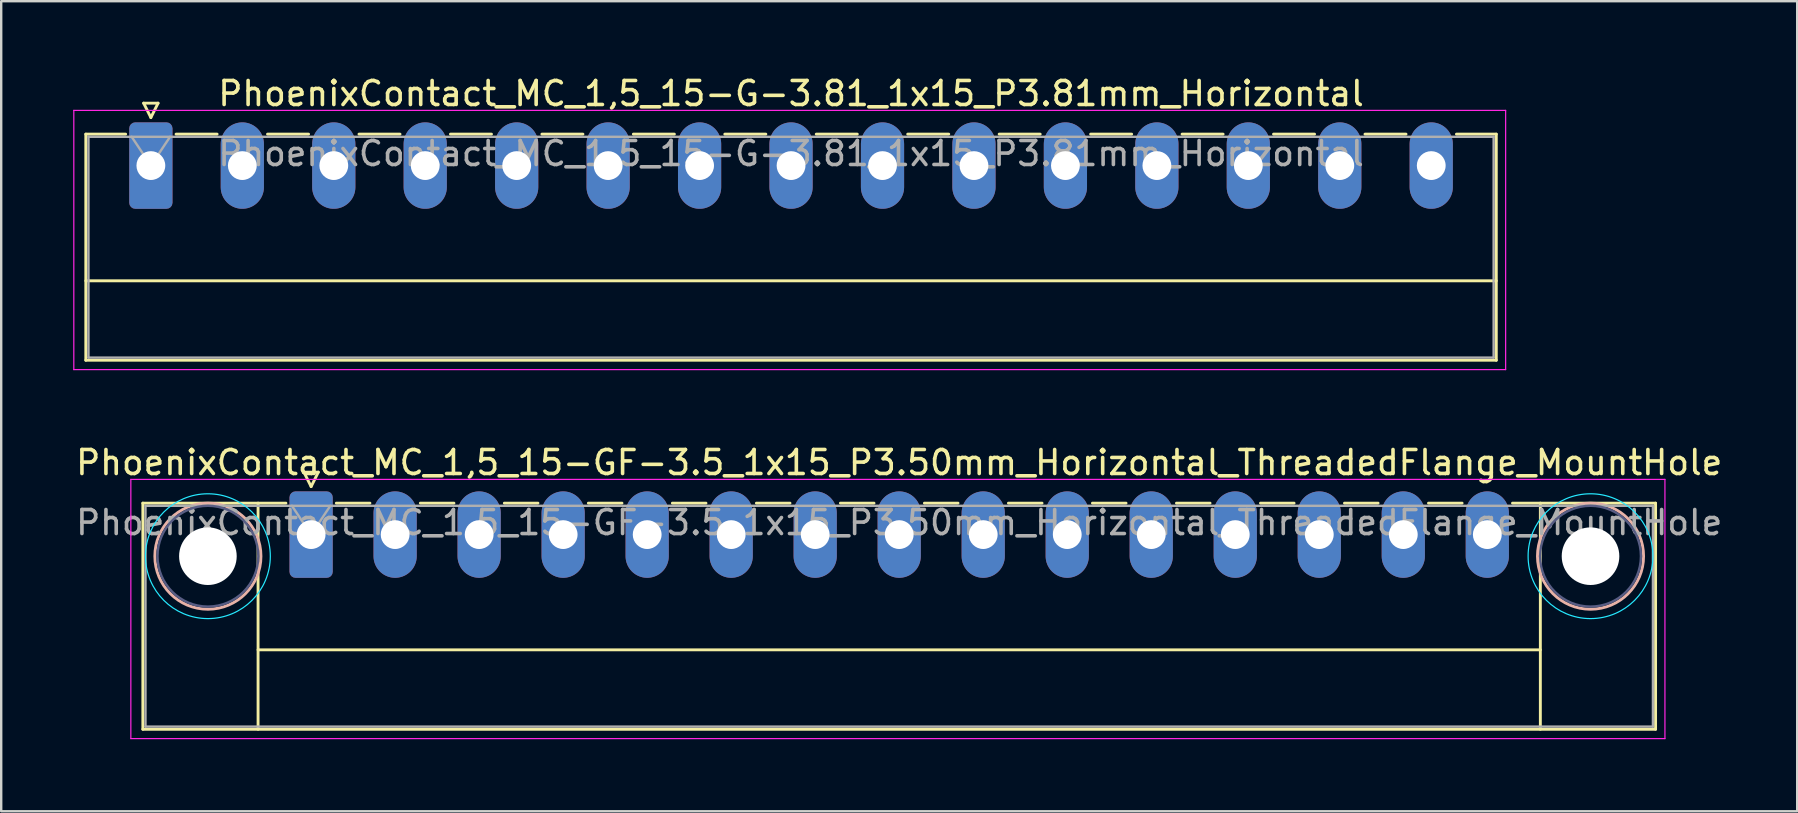
<source format=kicad_pcb>
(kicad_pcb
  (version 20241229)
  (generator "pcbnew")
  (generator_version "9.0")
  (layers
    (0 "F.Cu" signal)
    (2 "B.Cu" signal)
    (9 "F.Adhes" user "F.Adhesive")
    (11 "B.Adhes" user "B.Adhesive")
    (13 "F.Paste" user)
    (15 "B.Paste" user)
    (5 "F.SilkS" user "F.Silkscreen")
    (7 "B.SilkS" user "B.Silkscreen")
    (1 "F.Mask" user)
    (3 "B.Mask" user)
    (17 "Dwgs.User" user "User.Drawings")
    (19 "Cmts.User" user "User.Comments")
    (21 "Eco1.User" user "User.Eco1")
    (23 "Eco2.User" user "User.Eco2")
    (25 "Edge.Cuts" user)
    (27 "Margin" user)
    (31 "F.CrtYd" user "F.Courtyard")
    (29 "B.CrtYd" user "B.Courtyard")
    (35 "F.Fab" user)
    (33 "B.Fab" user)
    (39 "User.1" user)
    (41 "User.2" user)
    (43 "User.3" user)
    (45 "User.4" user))
  (footprint "PhoenixContact_MC_1,5_15-GF-3.5_1x15_P3.50mm_Horizontal_ThreadedFlange_MountHole"
    (layer "F.Cu")
    (at 9.911 19.221)
    (property "Reference" "PhoenixContact_MC_1,5_15-GF-3.5_1x15_P3.50mm_Horizontal_ThreadedFlange_MountHole" (at 24.5 -3 0) (layer "F.SilkS") (effects (font (size 1 1) (thickness 0.15))))
    (attr through_hole)
    (fp_line (start -7.01 -1.31) (end -7.01 8.11) (stroke (width 0.12) (type solid)) (layer "F.SilkS"))
    (fp_line (start -7.01 -1.31) (end -1.05 -1.31) (stroke (width 0.12) (type solid)) (layer "F.SilkS"))
    (fp_line (start -7.01 8.11) (end 56.01 8.11) (stroke (width 0.12) (type solid)) (layer "F.SilkS"))
    (fp_line (start -2.21 -1.31) (end -2.21 8.11) (stroke (width 0.12) (type solid)) (layer "F.SilkS"))
    (fp_line (start -2.21 4.8) (end 51.21 4.8) (stroke (width 0.12) (type solid)) (layer "F.SilkS"))
    (fp_line (start -0.3 -2.6) (end 0.3 -2.6) (stroke (width 0.12) (type solid)) (layer "F.SilkS"))
    (fp_line (start 0 -2) (end -0.3 -2.6) (stroke (width 0.12) (type solid)) (layer "F.SilkS"))
    (fp_line (start 0.3 -2.6) (end 0 -2) (stroke (width 0.12) (type solid)) (layer "F.SilkS"))
    (fp_line (start 1.05 -1.31) (end 2.45 -1.31) (stroke (width 0.12) (type solid)) (layer "F.SilkS"))
    (fp_line (start 4.55 -1.31) (end 5.95 -1.31) (stroke (width 0.12) (type solid)) (layer "F.SilkS"))
    (fp_line (start 8.05 -1.31) (end 9.45 -1.31) (stroke (width 0.12) (type solid)) (layer "F.SilkS"))
    (fp_line (start 11.55 -1.31) (end 12.95 -1.31) (stroke (width 0.12) (type solid)) (layer "F.SilkS"))
    (fp_line (start 15.05 -1.31) (end 16.45 -1.31) (stroke (width 0.12) (type solid)) (layer "F.SilkS"))
    (fp_line (start 18.55 -1.31) (end 19.95 -1.31) (stroke (width 0.12) (type solid)) (layer "F.SilkS"))
    (fp_line (start 22.05 -1.31) (end 23.45 -1.31) (stroke (width 0.12) (type solid)) (layer "F.SilkS"))
    (fp_line (start 25.55 -1.31) (end 26.95 -1.31) (stroke (width 0.12) (type solid)) (layer "F.SilkS"))
    (fp_line (start 29.05 -1.31) (end 30.45 -1.31) (stroke (width 0.12) (type solid)) (layer "F.SilkS"))
    (fp_line (start 32.55 -1.31) (end 33.95 -1.31) (stroke (width 0.12) (type solid)) (layer "F.SilkS"))
    (fp_line (start 36.05 -1.31) (end 37.45 -1.31) (stroke (width 0.12) (type solid)) (layer "F.SilkS"))
    (fp_line (start 39.55 -1.31) (end 40.95 -1.31) (stroke (width 0.12) (type solid)) (layer "F.SilkS"))
    (fp_line (start 43.05 -1.31) (end 44.45 -1.31) (stroke (width 0.12) (type solid)) (layer "F.SilkS"))
    (fp_line (start 46.55 -1.31) (end 47.95 -1.31) (stroke (width 0.12) (type solid)) (layer "F.SilkS"))
    (fp_line (start 51.21 -1.31) (end 51.21 8.11) (stroke (width 0.12) (type solid)) (layer "F.SilkS"))
    (fp_line (start 56.01 -1.31) (end 50.05 -1.31) (stroke (width 0.12) (type solid)) (layer "F.SilkS"))
    (fp_line (start 56.01 8.11) (end 56.01 -1.31) (stroke (width 0.12) (type solid)) (layer "F.SilkS"))
    (fp_circle (center -4.3 0.9) (end -2.09 0.9) (stroke (width 0.12) (type solid)) (fill no) (layer "B.SilkS"))
    (fp_circle (center 53.3 0.9) (end 55.51 0.9) (stroke (width 0.12) (type solid)) (fill no) (layer "B.SilkS"))
    (fp_circle (center -4.3 0.9) (end -1.7 0.9) (stroke (width 0.05) (type solid)) (fill no) (layer "B.CrtYd"))
    (fp_circle (center 53.3 0.9) (end 55.9 0.9) (stroke (width 0.05) (type solid)) (fill no) (layer "B.CrtYd"))
    (fp_line (start -7.51 -2.3) (end -7.51 8.5) (stroke (width 0.05) (type solid)) (layer "F.CrtYd"))
    (fp_line (start -7.51 8.5) (end 56.4 8.5) (stroke (width 0.05) (type solid)) (layer "F.CrtYd"))
    (fp_line (start 56.4 -2.3) (end -7.51 -2.3) (stroke (width 0.05) (type solid)) (layer "F.CrtYd"))
    (fp_line (start 56.4 8.5) (end 56.4 -2.3) (stroke (width 0.05) (type solid)) (layer "F.CrtYd"))
    (fp_circle (center -4.3 0.9) (end -2.2 0.9) (stroke (width 0.1) (type solid)) (fill no) (layer "B.Fab"))
    (fp_circle (center 53.3 0.9) (end 55.4 0.9) (stroke (width 0.1) (type solid)) (fill no) (layer "B.Fab"))
    (fp_line (start -6.9 -1.2) (end -6.9 8) (stroke (width 0.1) (type solid)) (layer "F.Fab"))
    (fp_line (start -6.9 8) (end 55.9 8) (stroke (width 0.1) (type solid)) (layer "F.Fab"))
    (fp_line (start 0 0) (end -0.8 -1.2) (stroke (width 0.1) (type solid)) (layer "F.Fab"))
    (fp_line (start 0.8 -1.2) (end 0 0) (stroke (width 0.1) (type solid)) (layer "F.Fab"))
    (fp_line (start 55.9 -1.2) (end -6.9 -1.2) (stroke (width 0.1) (type solid)) (layer "F.Fab"))
    (fp_line (start 55.9 8) (end 55.9 -1.2) (stroke (width 0.1) (type solid)) (layer "F.Fab"))
    (fp_text user "${REFERENCE}" (at 24.5 -0.5 0) (layer "F.Fab") (effects (font (size 1 1) (thickness 0.15))))
    (pad "" np_thru_hole circle (at -4.3 0.9) (size 2.4 2.4) (drill 2.4) (layers "*.Cu" "*.Mask"))
    (pad "" np_thru_hole circle (at 53.3 0.9) (size 2.4 2.4) (drill 2.4) (layers "*.Cu" "*.Mask"))
    (pad "1" thru_hole roundrect (at 0 0) (size 1.8 3.6) (drill 1.2) (layers "*.Cu" "*.Mask") (roundrect_rratio 0.139))
    (pad "2" thru_hole oval (at 3.5 0) (size 1.8 3.6) (drill 1.2) (layers "*.Cu" "*.Mask"))
    (pad "3" thru_hole oval (at 7 0) (size 1.8 3.6) (drill 1.2) (layers "*.Cu" "*.Mask"))
    (pad "4" thru_hole oval (at 10.5 0) (size 1.8 3.6) (drill 1.2) (layers "*.Cu" "*.Mask"))
    (pad "5" thru_hole oval (at 14 0) (size 1.8 3.6) (drill 1.2) (layers "*.Cu" "*.Mask"))
    (pad "6" thru_hole oval (at 17.5 0) (size 1.8 3.6) (drill 1.2) (layers "*.Cu" "*.Mask"))
    (pad "7" thru_hole oval (at 21 0) (size 1.8 3.6) (drill 1.2) (layers "*.Cu" "*.Mask"))
    (pad "8" thru_hole oval (at 24.5 0) (size 1.8 3.6) (drill 1.2) (layers "*.Cu" "*.Mask"))
    (pad "9" thru_hole oval (at 28 0) (size 1.8 3.6) (drill 1.2) (layers "*.Cu" "*.Mask"))
    (pad "10" thru_hole oval (at 31.5 0) (size 1.8 3.6) (drill 1.2) (layers "*.Cu" "*.Mask"))
    (pad "11" thru_hole oval (at 35 0) (size 1.8 3.6) (drill 1.2) (layers "*.Cu" "*.Mask"))
    (pad "12" thru_hole oval (at 38.5 0) (size 1.8 3.6) (drill 1.2) (layers "*.Cu" "*.Mask"))
    (pad "13" thru_hole oval (at 42 0) (size 1.8 3.6) (drill 1.2) (layers "*.Cu" "*.Mask"))
    (pad "14" thru_hole oval (at 45.5 0) (size 1.8 3.6) (drill 1.2) (layers "*.Cu" "*.Mask"))
    (pad "15" thru_hole oval (at 49 0) (size 1.8 3.6) (drill 1.2) (layers "*.Cu" "*.Mask")))
  (footprint "PhoenixContact_MC_1,5_15-G-3.81_1x15_P3.81mm_Horizontal"
    (layer "F.Cu")
    (at 3.235 3.848)
    (property "Reference" "PhoenixContact_MC_1,5_15-G-3.81_1x15_P3.81mm_Horizontal" (at 26.67 -3 0) (layer "F.SilkS") (effects (font (size 1 1) (thickness 0.15))))
    (attr through_hole)
    (fp_line (start -2.71 -1.31) (end -2.71 8.11) (stroke (width 0.12) (type solid)) (layer "F.SilkS"))
    (fp_line (start -2.71 -1.31) (end -1.05 -1.31) (stroke (width 0.12) (type solid)) (layer "F.SilkS"))
    (fp_line (start -2.71 4.8) (end 56.05 4.8) (stroke (width 0.12) (type solid)) (layer "F.SilkS"))
    (fp_line (start -2.71 8.11) (end 56.05 8.11) (stroke (width 0.12) (type solid)) (layer "F.SilkS"))
    (fp_line (start -0.3 -2.6) (end 0.3 -2.6) (stroke (width 0.12) (type solid)) (layer "F.SilkS"))
    (fp_line (start 0 -2) (end -0.3 -2.6) (stroke (width 0.12) (type solid)) (layer "F.SilkS"))
    (fp_line (start 0.3 -2.6) (end 0 -2) (stroke (width 0.12) (type solid)) (layer "F.SilkS"))
    (fp_line (start 1.05 -1.31) (end 2.76 -1.31) (stroke (width 0.12) (type solid)) (layer "F.SilkS"))
    (fp_line (start 4.86 -1.31) (end 6.57 -1.31) (stroke (width 0.12) (type solid)) (layer "F.SilkS"))
    (fp_line (start 8.67 -1.31) (end 10.38 -1.31) (stroke (width 0.12) (type solid)) (layer "F.SilkS"))
    (fp_line (start 12.48 -1.31) (end 14.19 -1.31) (stroke (width 0.12) (type solid)) (layer "F.SilkS"))
    (fp_line (start 16.29 -1.31) (end 18 -1.31) (stroke (width 0.12) (type solid)) (layer "F.SilkS"))
    (fp_line (start 20.1 -1.31) (end 21.81 -1.31) (stroke (width 0.12) (type solid)) (layer "F.SilkS"))
    (fp_line (start 23.91 -1.31) (end 25.62 -1.31) (stroke (width 0.12) (type solid)) (layer "F.SilkS"))
    (fp_line (start 27.72 -1.31) (end 29.43 -1.31) (stroke (width 0.12) (type solid)) (layer "F.SilkS"))
    (fp_line (start 31.53 -1.31) (end 33.24 -1.31) (stroke (width 0.12) (type solid)) (layer "F.SilkS"))
    (fp_line (start 35.34 -1.31) (end 37.05 -1.31) (stroke (width 0.12) (type solid)) (layer "F.SilkS"))
    (fp_line (start 39.15 -1.31) (end 40.86 -1.31) (stroke (width 0.12) (type solid)) (layer "F.SilkS"))
    (fp_line (start 42.96 -1.31) (end 44.67 -1.31) (stroke (width 0.12) (type solid)) (layer "F.SilkS"))
    (fp_line (start 46.77 -1.31) (end 48.48 -1.31) (stroke (width 0.12) (type solid)) (layer "F.SilkS"))
    (fp_line (start 50.58 -1.31) (end 52.29 -1.31) (stroke (width 0.12) (type solid)) (layer "F.SilkS"))
    (fp_line (start 56.05 -1.31) (end 54.39 -1.31) (stroke (width 0.12) (type solid)) (layer "F.SilkS"))
    (fp_line (start 56.05 8.11) (end 56.05 -1.31) (stroke (width 0.12) (type solid)) (layer "F.SilkS"))
    (fp_line (start -3.21 -2.3) (end -3.21 8.5) (stroke (width 0.05) (type solid)) (layer "F.CrtYd"))
    (fp_line (start -3.21 8.5) (end 56.44 8.5) (stroke (width 0.05) (type solid)) (layer "F.CrtYd"))
    (fp_line (start 56.44 -2.3) (end -3.21 -2.3) (stroke (width 0.05) (type solid)) (layer "F.CrtYd"))
    (fp_line (start 56.44 8.5) (end 56.44 -2.3) (stroke (width 0.05) (type solid)) (layer "F.CrtYd"))
    (fp_line (start -2.6 -1.2) (end -2.6 8) (stroke (width 0.1) (type solid)) (layer "F.Fab"))
    (fp_line (start -2.6 8) (end 55.94 8) (stroke (width 0.1) (type solid)) (layer "F.Fab"))
    (fp_line (start 0 0) (end -0.8 -1.2) (stroke (width 0.1) (type solid)) (layer "F.Fab"))
    (fp_line (start 0.8 -1.2) (end 0 0) (stroke (width 0.1) (type solid)) (layer "F.Fab"))
    (fp_line (start 55.94 -1.2) (end -2.6 -1.2) (stroke (width 0.1) (type solid)) (layer "F.Fab"))
    (fp_line (start 55.94 8) (end 55.94 -1.2) (stroke (width 0.1) (type solid)) (layer "F.Fab"))
    (fp_text user "${REFERENCE}" (at 26.67 -0.5 0) (layer "F.Fab") (effects (font (size 1 1) (thickness 0.15))))
    (pad "1" thru_hole roundrect (at 0 0) (size 1.8 3.6) (drill 1.2) (layers "*.Cu" "*.Mask") (roundrect_rratio 0.139))
    (pad "2" thru_hole oval (at 3.81 0) (size 1.8 3.6) (drill 1.2) (layers "*.Cu" "*.Mask"))
    (pad "3" thru_hole oval (at 7.62 0) (size 1.8 3.6) (drill 1.2) (layers "*.Cu" "*.Mask"))
    (pad "4" thru_hole oval (at 11.43 0) (size 1.8 3.6) (drill 1.2) (layers "*.Cu" "*.Mask"))
    (pad "5" thru_hole oval (at 15.24 0) (size 1.8 3.6) (drill 1.2) (layers "*.Cu" "*.Mask"))
    (pad "6" thru_hole oval (at 19.05 0) (size 1.8 3.6) (drill 1.2) (layers "*.Cu" "*.Mask"))
    (pad "7" thru_hole oval (at 22.86 0) (size 1.8 3.6) (drill 1.2) (layers "*.Cu" "*.Mask"))
    (pad "8" thru_hole oval (at 26.67 0) (size 1.8 3.6) (drill 1.2) (layers "*.Cu" "*.Mask"))
    (pad "9" thru_hole oval (at 30.48 0) (size 1.8 3.6) (drill 1.2) (layers "*.Cu" "*.Mask"))
    (pad "10" thru_hole oval (at 34.29 0) (size 1.8 3.6) (drill 1.2) (layers "*.Cu" "*.Mask"))
    (pad "11" thru_hole oval (at 38.1 0) (size 1.8 3.6) (drill 1.2) (layers "*.Cu" "*.Mask"))
    (pad "12" thru_hole oval (at 41.91 0) (size 1.8 3.6) (drill 1.2) (layers "*.Cu" "*.Mask"))
    (pad "13" thru_hole oval (at 45.72 0) (size 1.8 3.6) (drill 1.2) (layers "*.Cu" "*.Mask"))
    (pad "14" thru_hole oval (at 49.53 0) (size 1.8 3.6) (drill 1.2) (layers "*.Cu" "*.Mask"))
    (pad "15" thru_hole oval (at 53.34 0) (size 1.8 3.6) (drill 1.2) (layers "*.Cu" "*.Mask")))
  (gr_rect
    (start -3 -3)
    (end 71.821 30.747)
    (stroke (width 0.1) (type default))
    (fill no)
    (layer "Edge.Cuts")))
</source>
